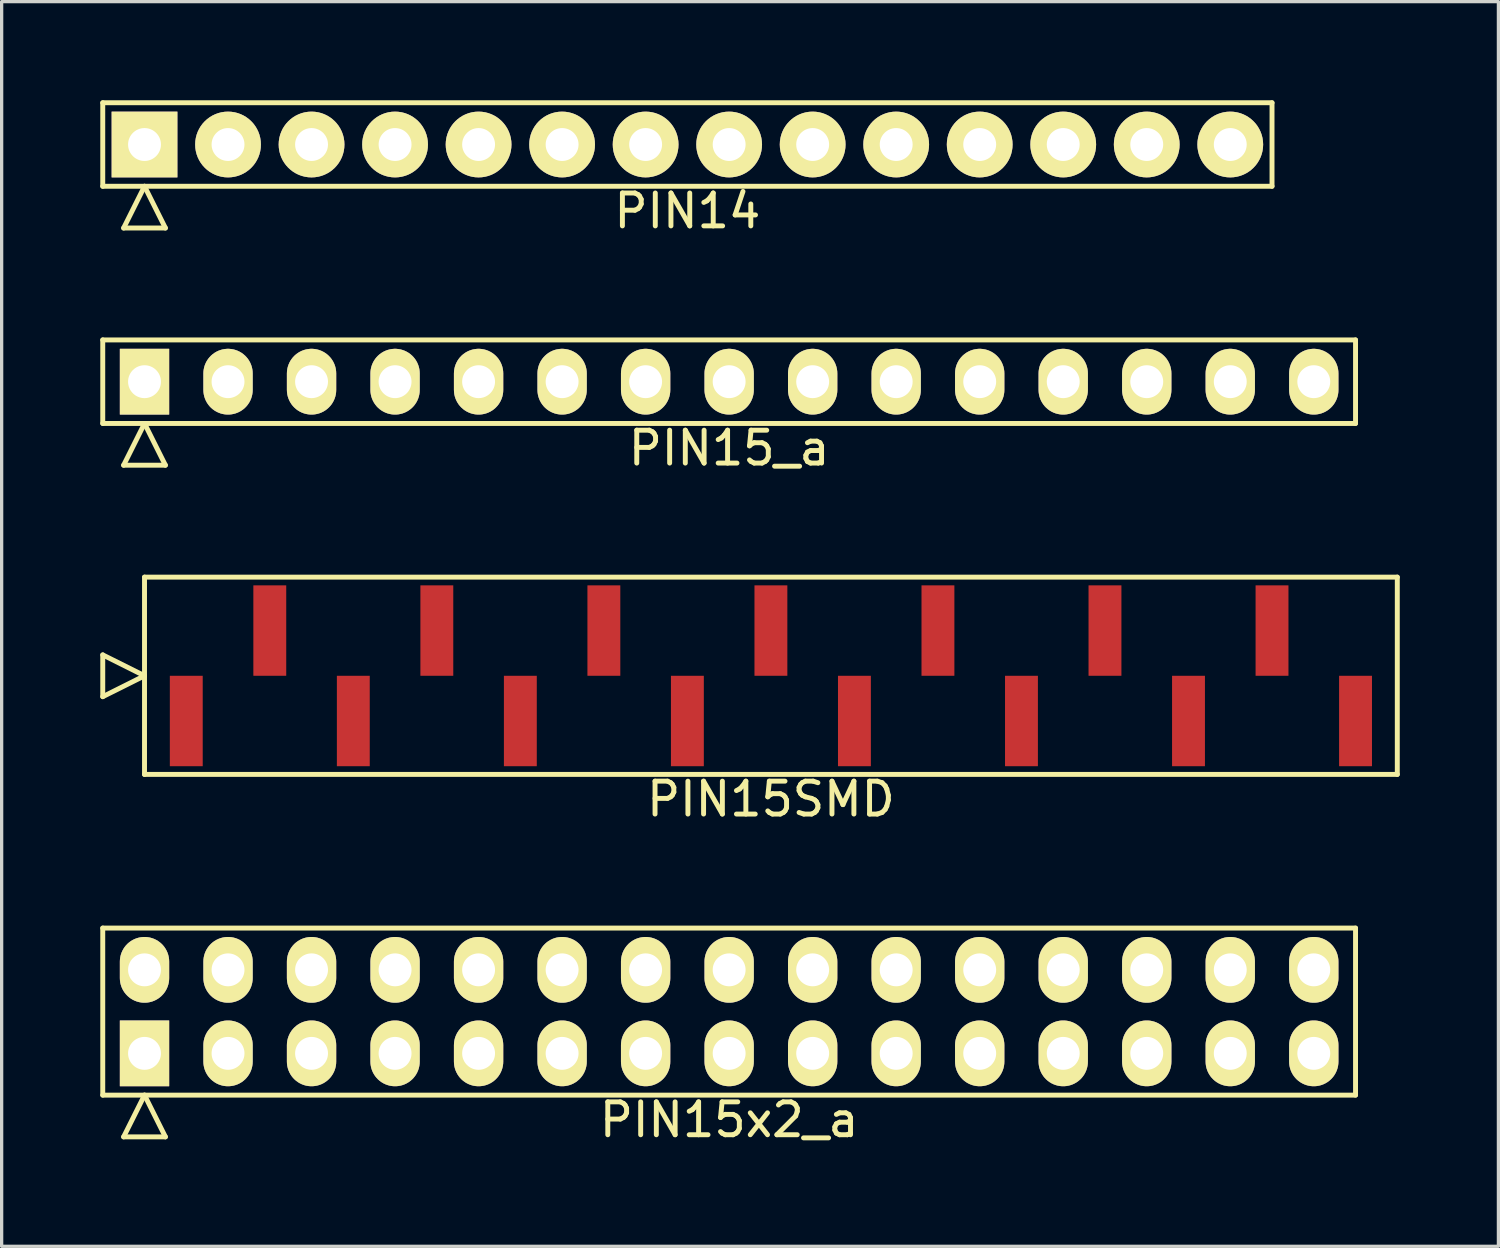
<source format=kicad_pcb>
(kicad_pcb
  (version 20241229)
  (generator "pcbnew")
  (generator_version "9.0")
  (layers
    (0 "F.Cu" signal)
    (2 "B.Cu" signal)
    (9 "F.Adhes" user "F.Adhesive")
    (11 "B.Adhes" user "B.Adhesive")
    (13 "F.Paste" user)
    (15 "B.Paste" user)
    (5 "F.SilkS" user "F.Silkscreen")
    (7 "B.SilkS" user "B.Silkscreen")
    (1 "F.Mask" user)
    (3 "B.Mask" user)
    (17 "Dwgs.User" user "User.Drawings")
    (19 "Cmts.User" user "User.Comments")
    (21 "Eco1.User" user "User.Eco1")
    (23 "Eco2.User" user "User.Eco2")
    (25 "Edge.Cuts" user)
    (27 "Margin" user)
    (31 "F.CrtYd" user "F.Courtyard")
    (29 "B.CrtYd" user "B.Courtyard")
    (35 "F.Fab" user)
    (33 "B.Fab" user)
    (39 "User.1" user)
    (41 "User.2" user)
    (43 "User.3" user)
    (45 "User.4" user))
  (footprint "PIN15x2_a"
    (layer "F.Cu")
    (at 19.125 27.715)
    (property "Reference" "PIN15x2_a" (at 0 3.29 0) (layer "F.SilkS") (effects (font (size 1 1) (thickness 0.15))))
    (attr through_hole)
    (fp_line (start -19.05 -2.54) (end -19.05 2.54) (stroke (width 0.15) (type solid)) (layer "F.SilkS"))
    (fp_line (start -19.05 2.54) (end 19.05 2.54) (stroke (width 0.15) (type solid)) (layer "F.SilkS"))
    (fp_line (start -18.415 3.81) (end -17.78 2.54) (stroke (width 0.15) (type solid)) (layer "F.SilkS"))
    (fp_line (start -18.415 3.81) (end -17.145 3.81) (stroke (width 0.15) (type solid)) (layer "F.SilkS"))
    (fp_line (start -17.145 3.81) (end -17.78 2.54) (stroke (width 0.15) (type solid)) (layer "F.SilkS"))
    (fp_line (start 19.05 -2.54) (end -19.05 -2.54) (stroke (width 0.15) (type solid)) (layer "F.SilkS"))
    (fp_line (start 19.05 2.54) (end 19.05 -2.54) (stroke (width 0.15) (type solid)) (layer "F.SilkS"))
    (pad "1" thru_hole rect (at -17.78 1.27) (size 1.5 2) (drill 1) (layers "*.Cu" "*.Mask" "F.SilkS"))
    (pad "2" thru_hole oval (at -17.78 -1.27) (size 1.5 2) (drill 1) (layers "*.Cu" "*.Mask" "F.SilkS"))
    (pad "3" thru_hole oval (at -15.24 1.27) (size 1.5 2) (drill 1) (layers "*.Cu" "*.Mask" "F.SilkS"))
    (pad "4" thru_hole oval (at -15.24 -1.27) (size 1.5 2) (drill 1) (layers "*.Cu" "*.Mask" "F.SilkS"))
    (pad "5" thru_hole oval (at -12.7 1.27) (size 1.5 2) (drill 1) (layers "*.Cu" "*.Mask" "F.SilkS"))
    (pad "6" thru_hole oval (at -12.7 -1.27) (size 1.5 2) (drill 1) (layers "*.Cu" "*.Mask" "F.SilkS"))
    (pad "7" thru_hole oval (at -10.16 1.27) (size 1.5 2) (drill 1) (layers "*.Cu" "*.Mask" "F.SilkS"))
    (pad "8" thru_hole oval (at -10.16 -1.27) (size 1.5 2) (drill 1) (layers "*.Cu" "*.Mask" "F.SilkS"))
    (pad "9" thru_hole oval (at -7.62 1.27) (size 1.5 2) (drill 1) (layers "*.Cu" "*.Mask" "F.SilkS"))
    (pad "10" thru_hole oval (at -7.62 -1.27) (size 1.5 2) (drill 1) (layers "*.Cu" "*.Mask" "F.SilkS"))
    (pad "11" thru_hole oval (at -5.08 1.27) (size 1.5 2) (drill 1) (layers "*.Cu" "*.Mask" "F.SilkS"))
    (pad "12" thru_hole oval (at -5.08 -1.27) (size 1.5 2) (drill 1) (layers "*.Cu" "*.Mask" "F.SilkS"))
    (pad "13" thru_hole oval (at -2.54 1.27) (size 1.5 2) (drill 1) (layers "*.Cu" "*.Mask" "F.SilkS"))
    (pad "14" thru_hole oval (at -2.54 -1.27) (size 1.5 2) (drill 1) (layers "*.Cu" "*.Mask" "F.SilkS"))
    (pad "15" thru_hole oval (at 0 1.27) (size 1.5 2) (drill 1) (layers "*.Cu" "*.Mask" "F.SilkS"))
    (pad "16" thru_hole oval (at 0 -1.27) (size 1.5 2) (drill 1) (layers "*.Cu" "*.Mask" "F.SilkS"))
    (pad "17" thru_hole oval (at 2.54 1.27) (size 1.5 2) (drill 1) (layers "*.Cu" "*.Mask" "F.SilkS"))
    (pad "18" thru_hole oval (at 2.54 -1.27) (size 1.5 2) (drill 1) (layers "*.Cu" "*.Mask" "F.SilkS"))
    (pad "19" thru_hole oval (at 5.08 1.27) (size 1.5 2) (drill 1) (layers "*.Cu" "*.Mask" "F.SilkS"))
    (pad "20" thru_hole oval (at 5.08 -1.27) (size 1.5 2) (drill 1) (layers "*.Cu" "*.Mask" "F.SilkS"))
    (pad "21" thru_hole oval (at 7.62 1.27) (size 1.5 2) (drill 1) (layers "*.Cu" "*.Mask" "F.SilkS"))
    (pad "22" thru_hole oval (at 7.62 -1.27) (size 1.5 2) (drill 1) (layers "*.Cu" "*.Mask" "F.SilkS"))
    (pad "23" thru_hole oval (at 10.16 1.27) (size 1.5 2) (drill 1) (layers "*.Cu" "*.Mask" "F.SilkS"))
    (pad "24" thru_hole oval (at 10.16 -1.27) (size 1.5 2) (drill 1) (layers "*.Cu" "*.Mask" "F.SilkS"))
    (pad "25" thru_hole oval (at 12.7 1.27) (size 1.5 2) (drill 1) (layers "*.Cu" "*.Mask" "F.SilkS"))
    (pad "26" thru_hole oval (at 12.7 -1.27) (size 1.5 2) (drill 1) (layers "*.Cu" "*.Mask" "F.SilkS"))
    (pad "27" thru_hole oval (at 15.24 1.27) (size 1.5 2) (drill 1) (layers "*.Cu" "*.Mask" "F.SilkS"))
    (pad "28" thru_hole oval (at 15.24 -1.27) (size 1.5 2) (drill 1) (layers "*.Cu" "*.Mask" "F.SilkS"))
    (pad "29" thru_hole oval (at 17.78 1.27) (size 1.5 2) (drill 1) (layers "*.Cu" "*.Mask" "F.SilkS"))
    (pad "30" thru_hole oval (at 17.78 -1.27) (size 1.5 2) (drill 1) (layers "*.Cu" "*.Mask" "F.SilkS")))
  (footprint "PIN15SMD"
    (layer "F.Cu")
    (at 20.395 17.502)
    (property "Reference" "PIN15SMD" (at 0 3.75 0) (layer "F.SilkS") (effects (font (size 1 1) (thickness 0.15))))
    (attr through_hole)
    (fp_line (start -20.32 0.635) (end -20.32 -0.635) (stroke (width 0.15) (type solid)) (layer "F.SilkS"))
    (fp_line (start -19.05 -3) (end -19.05 3) (stroke (width 0.15) (type solid)) (layer "F.SilkS"))
    (fp_line (start -19.05 0) (end -20.32 -0.635) (stroke (width 0.15) (type solid)) (layer "F.SilkS"))
    (fp_line (start -19.05 0) (end -20.32 0.635) (stroke (width 0.15) (type solid)) (layer "F.SilkS"))
    (fp_line (start -19.05 3) (end 19.05 3) (stroke (width 0.15) (type solid)) (layer "F.SilkS"))
    (fp_line (start 19.05 -3) (end -19.05 -3) (stroke (width 0.15) (type solid)) (layer "F.SilkS"))
    (fp_line (start 19.05 3) (end 19.05 -3) (stroke (width 0.15) (type solid)) (layer "F.SilkS"))
    (pad "1" smd rect (at -17.78 1.375) (size 1 2.75) (layers "F.Cu" "F.Mask" "F.Paste"))
    (pad "2" smd rect (at -15.24 -1.375) (size 1 2.75) (layers "F.Cu" "F.Mask" "F.Paste"))
    (pad "3" smd rect (at -12.7 1.375) (size 1 2.75) (layers "F.Cu" "F.Mask" "F.Paste"))
    (pad "4" smd rect (at -10.16 -1.375) (size 1 2.75) (layers "F.Cu" "F.Mask" "F.Paste"))
    (pad "5" smd rect (at -7.62 1.375) (size 1 2.75) (layers "F.Cu" "F.Mask" "F.Paste"))
    (pad "6" smd rect (at -5.08 -1.375) (size 1 2.75) (layers "F.Cu" "F.Mask" "F.Paste"))
    (pad "7" smd rect (at -2.54 1.375) (size 1 2.75) (layers "F.Cu" "F.Mask" "F.Paste"))
    (pad "8" smd rect (at 0 -1.375) (size 1 2.75) (layers "F.Cu" "F.Mask" "F.Paste"))
    (pad "9" smd rect (at 2.54 1.375) (size 1 2.75) (layers "F.Cu" "F.Mask" "F.Paste"))
    (pad "10" smd rect (at 5.08 -1.375) (size 1 2.75) (layers "F.Cu" "F.Mask" "F.Paste"))
    (pad "11" smd rect (at 7.62 1.375) (size 1 2.75) (layers "F.Cu" "F.Mask" "F.Paste"))
    (pad "12" smd rect (at 10.16 -1.375) (size 1 2.75) (layers "F.Cu" "F.Mask" "F.Paste"))
    (pad "13" smd rect (at 12.7 1.375) (size 1 2.75) (layers "F.Cu" "F.Mask" "F.Paste"))
    (pad "14" smd rect (at 15.24 -1.375) (size 1 2.75) (layers "F.Cu" "F.Mask" "F.Paste"))
    (pad "15" smd rect (at 17.78 1.375) (size 1 2.75) (layers "F.Cu" "F.Mask" "F.Paste")))
  (footprint "PIN14"
    (layer "F.Cu")
    (at 17.855 1.345)
    (property "Reference" "PIN14" (at 0 2.02 0) (layer "F.SilkS") (effects (font (size 1 1) (thickness 0.15))))
    (attr through_hole)
    (fp_line (start -17.78 -1.27) (end -17.78 1.27) (stroke (width 0.15) (type solid)) (layer "F.SilkS"))
    (fp_line (start -17.78 1.27) (end 17.78 1.27) (stroke (width 0.15) (type solid)) (layer "F.SilkS"))
    (fp_line (start -17.145 2.54) (end -16.51 1.27) (stroke (width 0.15) (type solid)) (layer "F.SilkS"))
    (fp_line (start -17.145 2.54) (end -15.875 2.54) (stroke (width 0.15) (type solid)) (layer "F.SilkS"))
    (fp_line (start -15.875 2.54) (end -16.51 1.27) (stroke (width 0.15) (type solid)) (layer "F.SilkS"))
    (fp_line (start 17.78 -1.27) (end -17.78 -1.27) (stroke (width 0.15) (type solid)) (layer "F.SilkS"))
    (fp_line (start 17.78 1.27) (end 17.78 -1.27) (stroke (width 0.15) (type solid)) (layer "F.SilkS"))
    (pad "1" thru_hole rect (at -16.51 0) (size 2 2) (drill 1) (layers "*.Cu" "*.Mask" "F.SilkS"))
    (pad "2" thru_hole oval (at -13.97 0) (size 2 2) (drill 1) (layers "*.Cu" "*.Mask" "F.SilkS"))
    (pad "3" thru_hole oval (at -11.43 0) (size 2 2) (drill 1) (layers "*.Cu" "*.Mask" "F.SilkS"))
    (pad "4" thru_hole oval (at -8.89 0) (size 2 2) (drill 1) (layers "*.Cu" "*.Mask" "F.SilkS"))
    (pad "5" thru_hole oval (at -6.35 0) (size 2 2) (drill 1) (layers "*.Cu" "*.Mask" "F.SilkS"))
    (pad "6" thru_hole oval (at -3.81 0) (size 2 2) (drill 1) (layers "*.Cu" "*.Mask" "F.SilkS"))
    (pad "7" thru_hole oval (at -1.27 0) (size 2 2) (drill 1) (layers "*.Cu" "*.Mask" "F.SilkS"))
    (pad "8" thru_hole oval (at 1.27 0) (size 2 2) (drill 1) (layers "*.Cu" "*.Mask" "F.SilkS"))
    (pad "9" thru_hole oval (at 3.81 0) (size 2 2) (drill 1) (layers "*.Cu" "*.Mask" "F.SilkS"))
    (pad "10" thru_hole oval (at 6.35 0) (size 2 2) (drill 1) (layers "*.Cu" "*.Mask" "F.SilkS"))
    (pad "11" thru_hole oval (at 8.89 0) (size 2 2) (drill 1) (layers "*.Cu" "*.Mask" "F.SilkS"))
    (pad "12" thru_hole oval (at 11.43 0) (size 2 2) (drill 1) (layers "*.Cu" "*.Mask" "F.SilkS"))
    (pad "13" thru_hole oval (at 13.97 0) (size 2 2) (drill 1) (layers "*.Cu" "*.Mask" "F.SilkS"))
    (pad "14" thru_hole oval (at 16.51 0) (size 2 2) (drill 1) (layers "*.Cu" "*.Mask" "F.SilkS")))
  (footprint "PIN15_a"
    (layer "F.Cu")
    (at 19.125 8.558)
    (property "Reference" "PIN15_a" (at 0 2.02 0) (layer "F.SilkS") (effects (font (size 1 1) (thickness 0.15))))
    (attr through_hole)
    (fp_line (start -19.05 -1.27) (end -19.05 1.27) (stroke (width 0.15) (type solid)) (layer "F.SilkS"))
    (fp_line (start -19.05 1.27) (end 19.05 1.27) (stroke (width 0.15) (type solid)) (layer "F.SilkS"))
    (fp_line (start -18.415 2.54) (end -17.78 1.27) (stroke (width 0.15) (type solid)) (layer "F.SilkS"))
    (fp_line (start -18.415 2.54) (end -17.145 2.54) (stroke (width 0.15) (type solid)) (layer "F.SilkS"))
    (fp_line (start -17.145 2.54) (end -17.78 1.27) (stroke (width 0.15) (type solid)) (layer "F.SilkS"))
    (fp_line (start 19.05 -1.27) (end -19.05 -1.27) (stroke (width 0.15) (type solid)) (layer "F.SilkS"))
    (fp_line (start 19.05 1.27) (end 19.05 -1.27) (stroke (width 0.15) (type solid)) (layer "F.SilkS"))
    (pad "1" thru_hole rect (at -17.78 0) (size 1.5 2) (drill 1) (layers "*.Cu" "*.Mask" "F.SilkS"))
    (pad "2" thru_hole oval (at -15.24 0) (size 1.5 2) (drill 1) (layers "*.Cu" "*.Mask" "F.SilkS"))
    (pad "3" thru_hole oval (at -12.7 0) (size 1.5 2) (drill 1) (layers "*.Cu" "*.Mask" "F.SilkS"))
    (pad "4" thru_hole oval (at -10.16 0) (size 1.5 2) (drill 1) (layers "*.Cu" "*.Mask" "F.SilkS"))
    (pad "5" thru_hole oval (at -7.62 0) (size 1.5 2) (drill 1) (layers "*.Cu" "*.Mask" "F.SilkS"))
    (pad "6" thru_hole oval (at -5.08 0) (size 1.5 2) (drill 1) (layers "*.Cu" "*.Mask" "F.SilkS"))
    (pad "7" thru_hole oval (at -2.54 0) (size 1.5 2) (drill 1) (layers "*.Cu" "*.Mask" "F.SilkS"))
    (pad "8" thru_hole oval (at 0 0) (size 1.5 2) (drill 1) (layers "*.Cu" "*.Mask" "F.SilkS"))
    (pad "9" thru_hole oval (at 2.54 0) (size 1.5 2) (drill 1) (layers "*.Cu" "*.Mask" "F.SilkS"))
    (pad "10" thru_hole oval (at 5.08 0) (size 1.5 2) (drill 1) (layers "*.Cu" "*.Mask" "F.SilkS"))
    (pad "11" thru_hole oval (at 7.62 0) (size 1.5 2) (drill 1) (layers "*.Cu" "*.Mask" "F.SilkS"))
    (pad "12" thru_hole oval (at 10.16 0) (size 1.5 2) (drill 1) (layers "*.Cu" "*.Mask" "F.SilkS"))
    (pad "13" thru_hole oval (at 12.7 0) (size 1.5 2) (drill 1) (layers "*.Cu" "*.Mask" "F.SilkS"))
    (pad "14" thru_hole oval (at 15.24 0) (size 1.5 2) (drill 1) (layers "*.Cu" "*.Mask" "F.SilkS"))
    (pad "15" thru_hole oval (at 17.78 0) (size 1.5 2) (drill 1) (layers "*.Cu" "*.Mask" "F.SilkS")))
  (gr_rect
    (start -3 -3)
    (end 42.52 34.853)
    (stroke (width 0.1) (type default))
    (fill no)
    (layer "Edge.Cuts")))
</source>
